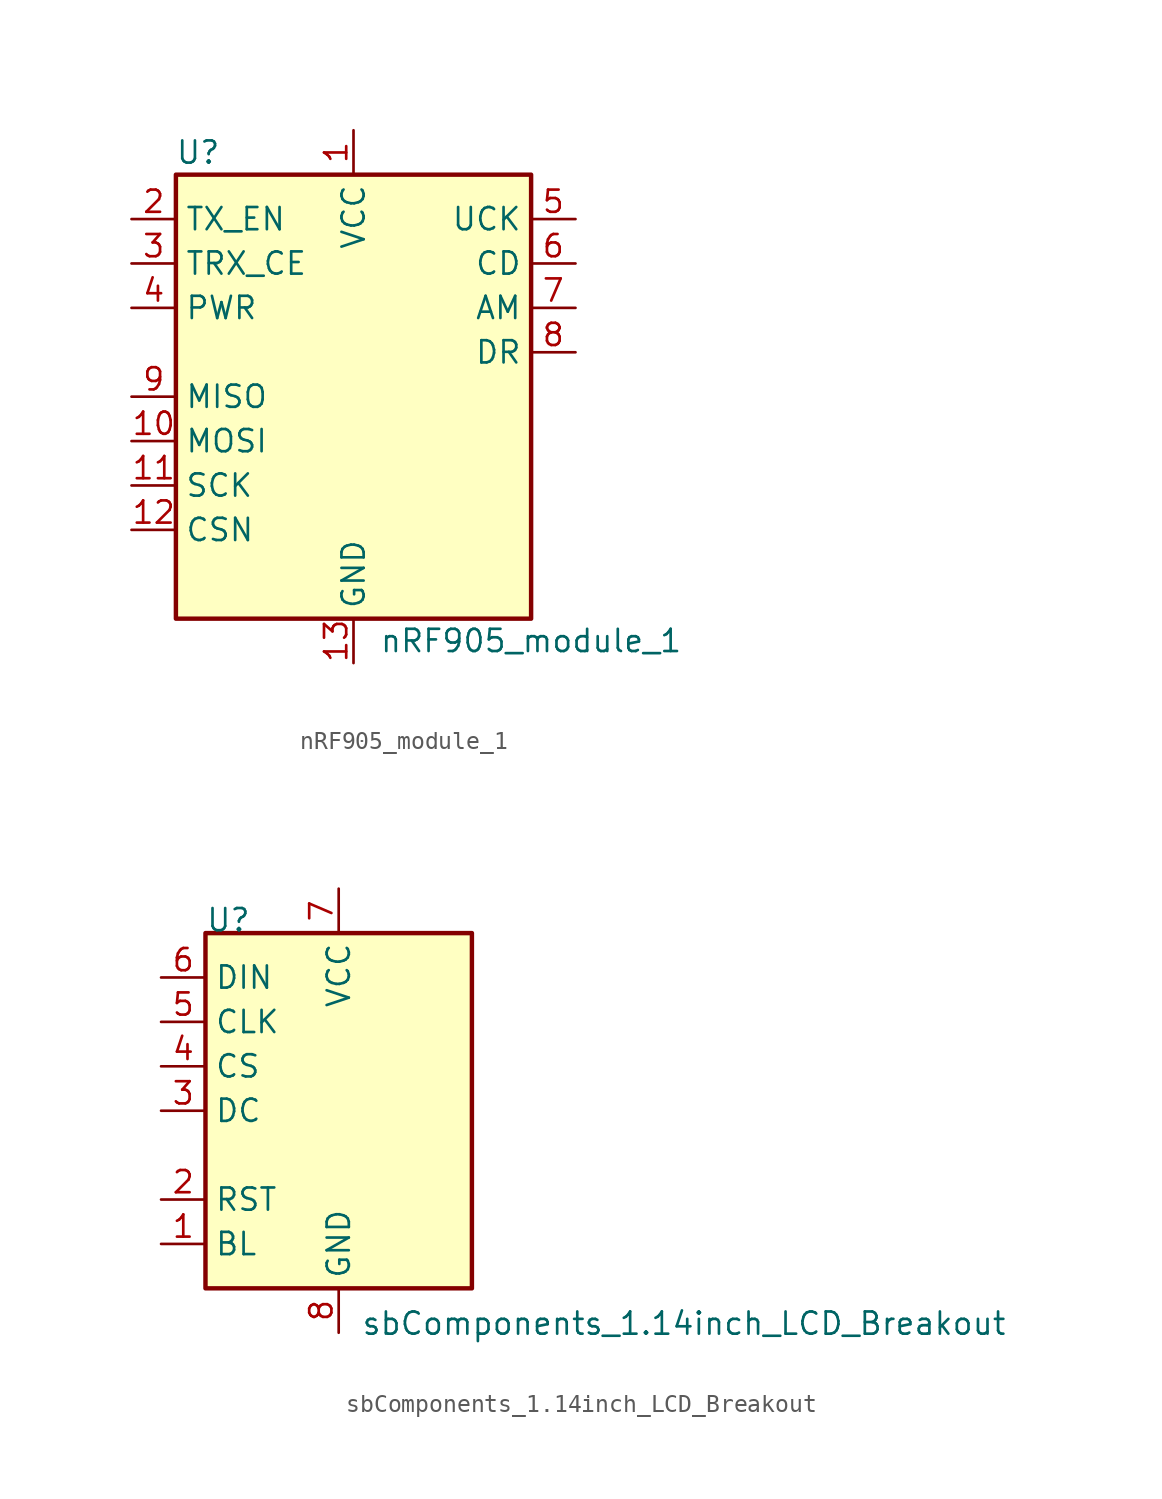
<source format=kicad_sym>
(kicad_symbol_lib
  (version 20231120)
  (generator "kicad_symbol_editor")
  (generator_version "8.0")
  (symbol "nRF905_module_1"
    (property "Reference" "U"
      (at -8.89 13.97 0)
      (effects (font (size 1.27 1.27))))
    (property "Value" "nRF905_module_1"
      (at 10.16 -13.97 0)
      (effects (font (size 1.27 1.27))))
    (symbol "nRF905_module_1_1_1"
      (rectangle (start -10.16 -12.7) (end 10.16 12.7) (stroke (width 0.254) (type default)) (fill (type background)))
      (pin power_in line (at 0 15.24 270) (length 2.54) (name "VCC" (effects (font (size 1.27 1.27)))) (number "1" (effects (font (size 1.27 1.27)))))
      (pin input line (at -12.7 -2.54 0) (length 2.54) (name "MOSI" (effects (font (size 1.27 1.27)))) (number "10" (effects (font (size 1.27 1.27)))))
      (pin input line (at -12.7 -5.08 0) (length 2.54) (name "SCK" (effects (font (size 1.27 1.27)))) (number "11" (effects (font (size 1.27 1.27)))))
      (pin input line (at -12.7 -7.62 0) (length 2.54) (name "CSN" (effects (font (size 1.27 1.27)))) (number "12" (effects (font (size 1.27 1.27)))))
      (pin power_in line (at 0 -15.24 90) (length 2.54) (name "GND" (effects (font (size 1.27 1.27)))) (number "13" (effects (font (size 1.27 1.27)))))
      (pin passive line (at 0 -15.24 90) (length 2.54) hide (name "GND" (effects (font (size 1.27 1.27)))) (number "14" (effects (font (size 1.27 1.27)))))
      (pin input line (at -12.7 10.16 0) (length 2.54) (name "TX_EN" (effects (font (size 1.27 1.27)))) (number "2" (effects (font (size 1.27 1.27)))))
      (pin input line (at -12.7 7.62 0) (length 2.54) (name "TRX_CE" (effects (font (size 1.27 1.27)))) (number "3" (effects (font (size 1.27 1.27)))))
      (pin input line (at -12.7 5.08 0) (length 2.54) (name "PWR" (effects (font (size 1.27 1.27)))) (number "4" (effects (font (size 1.27 1.27)))))
      (pin output line (at 12.7 10.16 180) (length 2.54) (name "UCK" (effects (font (size 1.27 1.27)))) (number "5" (effects (font (size 1.27 1.27)))))
      (pin output line (at 12.7 7.62 180) (length 2.54) (name "CD" (effects (font (size 1.27 1.27)))) (number "6" (effects (font (size 1.27 1.27)))))
      (pin output line (at 12.7 5.08 180) (length 2.54) (name "AM" (effects (font (size 1.27 1.27)))) (number "7" (effects (font (size 1.27 1.27)))))
      (pin output line (at 12.7 2.54 180) (length 2.54) (name "DR" (effects (font (size 1.27 1.27)))) (number "8" (effects (font (size 1.27 1.27)))))
      (pin output line (at -12.7 0 0) (length 2.54) (name "MISO" (effects (font (size 1.27 1.27)))) (number "9" (effects (font (size 1.27 1.27)))))))
  (symbol "sbComponents_1.14inch_LCD_Breakout"
    (property "Reference" "U"
      (at -7.62 10.16 0)
      (effects (font (size 1.27 1.27)) (justify left bottom)))
    (property "Value" "sbComponents_1.14inch_LCD_Breakout"
      (at 1.27 -11.43 0)
      (effects (font (size 1.27 1.27)) (justify left top)))
    (symbol "sbComponents_1.14inch_LCD_Breakout_0_1"
      (rectangle (start -7.62 10.16) (end 7.62 -10.16) (stroke (width 0.254) (type default)) (fill (type background))))
    (symbol "sbComponents_1.14inch_LCD_Breakout_1_1"
      (pin input line (at -10.16 -7.62 0) (length 2.54) (name "BL" (effects (font (size 1.27 1.27)))) (number "1" (effects (font (size 1.27 1.27)))))
      (pin input line (at -10.16 -5.08 0) (length 2.54) (name "RST" (effects (font (size 1.27 1.27)))) (number "2" (effects (font (size 1.27 1.27)))))
      (pin input line (at -10.16 0 0) (length 2.54) (name "DC" (effects (font (size 1.27 1.27)))) (number "3" (effects (font (size 1.27 1.27)))))
      (pin input line (at -10.16 2.54 0) (length 2.54) (name "CS" (effects (font (size 1.27 1.27)))) (number "4" (effects (font (size 1.27 1.27)))))
      (pin input line (at -10.16 5.08 0) (length 2.54) (name "CLK" (effects (font (size 1.27 1.27)))) (number "5" (effects (font (size 1.27 1.27)))))
      (pin input line (at -10.16 7.62 0) (length 2.54) (name "DIN" (effects (font (size 1.27 1.27)))) (number "6" (effects (font (size 1.27 1.27)))))
      (pin power_in line (at 0 12.7 270) (length 2.54) (name "VCC" (effects (font (size 1.27 1.27)))) (number "7" (effects (font (size 1.27 1.27)))))
      (pin power_in line (at 0 -12.7 90) (length 2.54) (name "GND" (effects (font (size 1.27 1.27)))) (number "8" (effects (font (size 1.27 1.27))))))))
</source>
